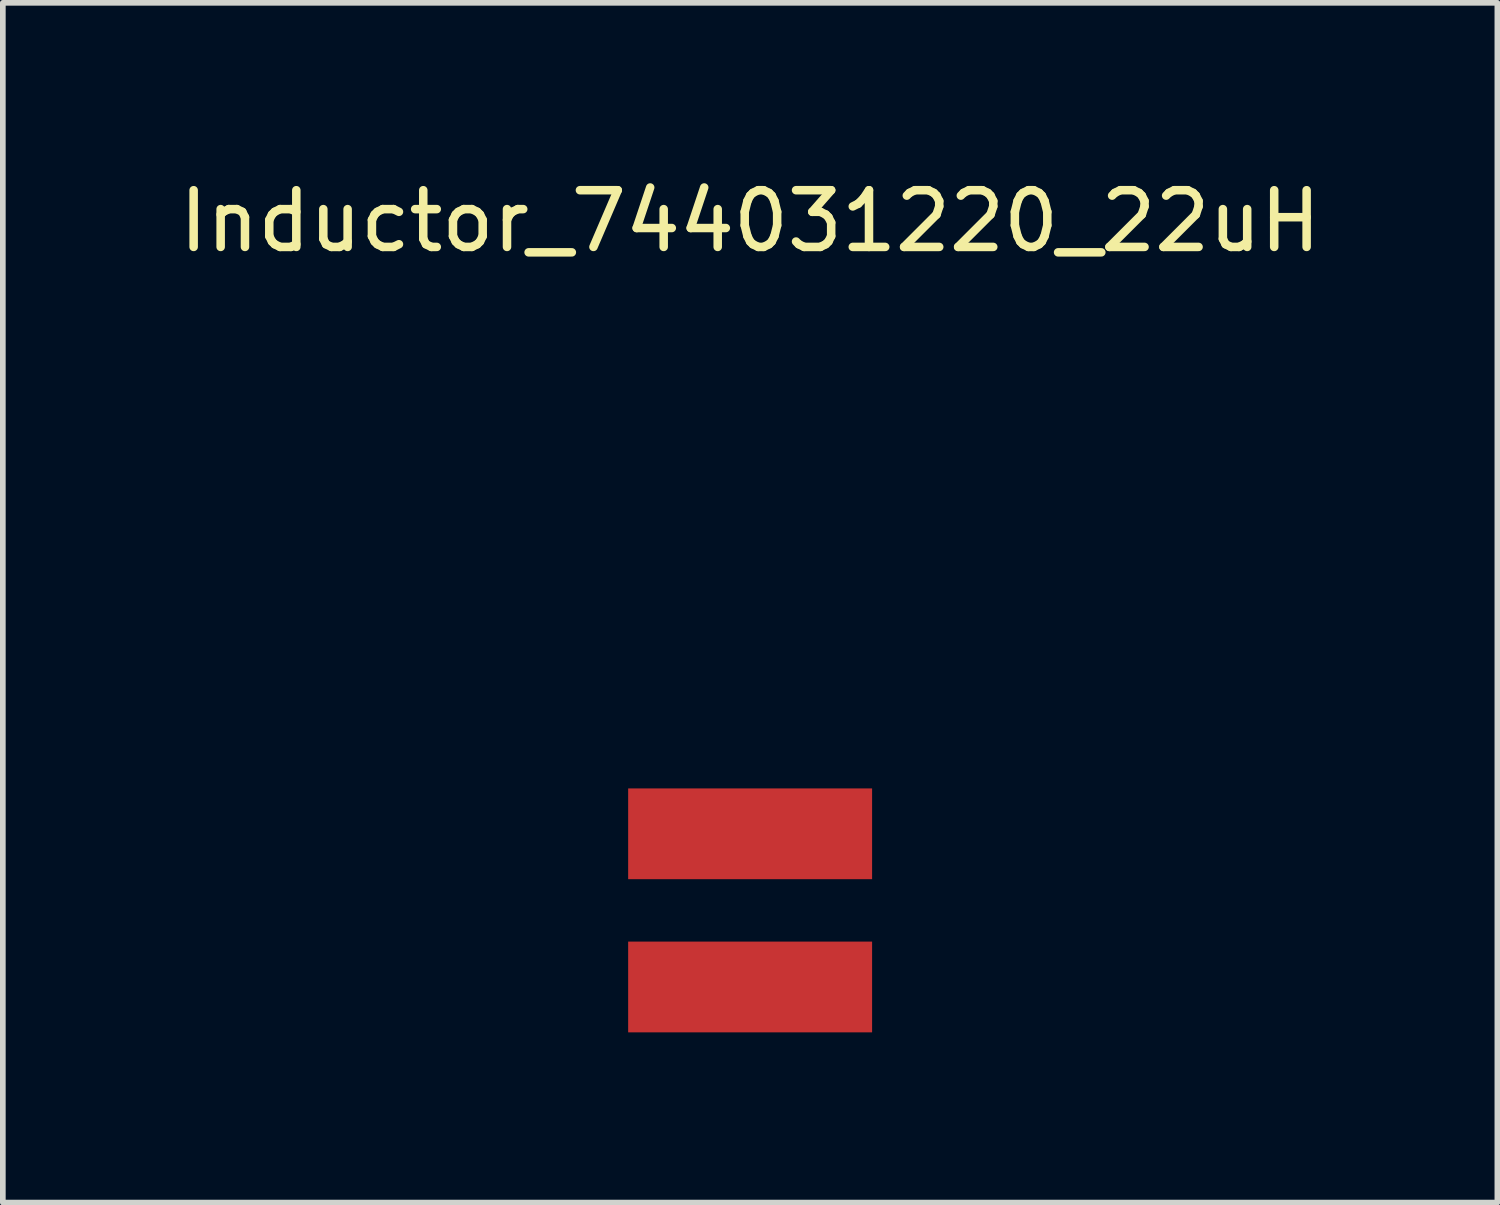
<source format=kicad_pcb>
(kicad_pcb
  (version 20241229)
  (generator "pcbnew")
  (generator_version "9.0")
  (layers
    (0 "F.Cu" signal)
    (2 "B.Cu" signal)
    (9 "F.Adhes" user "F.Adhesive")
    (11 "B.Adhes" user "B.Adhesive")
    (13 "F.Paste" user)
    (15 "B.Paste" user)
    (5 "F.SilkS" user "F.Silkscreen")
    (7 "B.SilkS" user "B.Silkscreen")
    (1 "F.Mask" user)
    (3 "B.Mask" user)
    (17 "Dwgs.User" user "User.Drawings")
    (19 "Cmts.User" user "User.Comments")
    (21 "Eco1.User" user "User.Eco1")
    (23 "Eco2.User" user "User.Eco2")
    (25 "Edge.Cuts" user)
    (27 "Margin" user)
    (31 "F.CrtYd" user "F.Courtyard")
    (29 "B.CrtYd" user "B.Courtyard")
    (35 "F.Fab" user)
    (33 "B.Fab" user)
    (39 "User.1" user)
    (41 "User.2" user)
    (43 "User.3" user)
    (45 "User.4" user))
  (footprint "Inductor_744031220_22uH"
    (layer "F.Cu")
    (at 10.173 11.648)
    (property "Reference" "Inductor_744031220_22uH" (at 0 -10.8 0) (layer "F.SilkS") (effects (font (size 1 1) (thickness 0.15))))
    (attr through_hole)
    (pad "1" smd rect (at 0 0) (size 4.3 1.6) (layers "F.Cu" "F.Mask" "F.Paste"))
    (pad "2" smd rect (at 0 2.7) (size 4.3 1.6) (layers "F.Cu" "F.Mask" "F.Paste")))
  (gr_rect
    (start -3 -3)
    (end 23.345 18.148)
    (stroke (width 0.1) (type default))
    (fill no)
    (layer "Edge.Cuts")))
</source>
